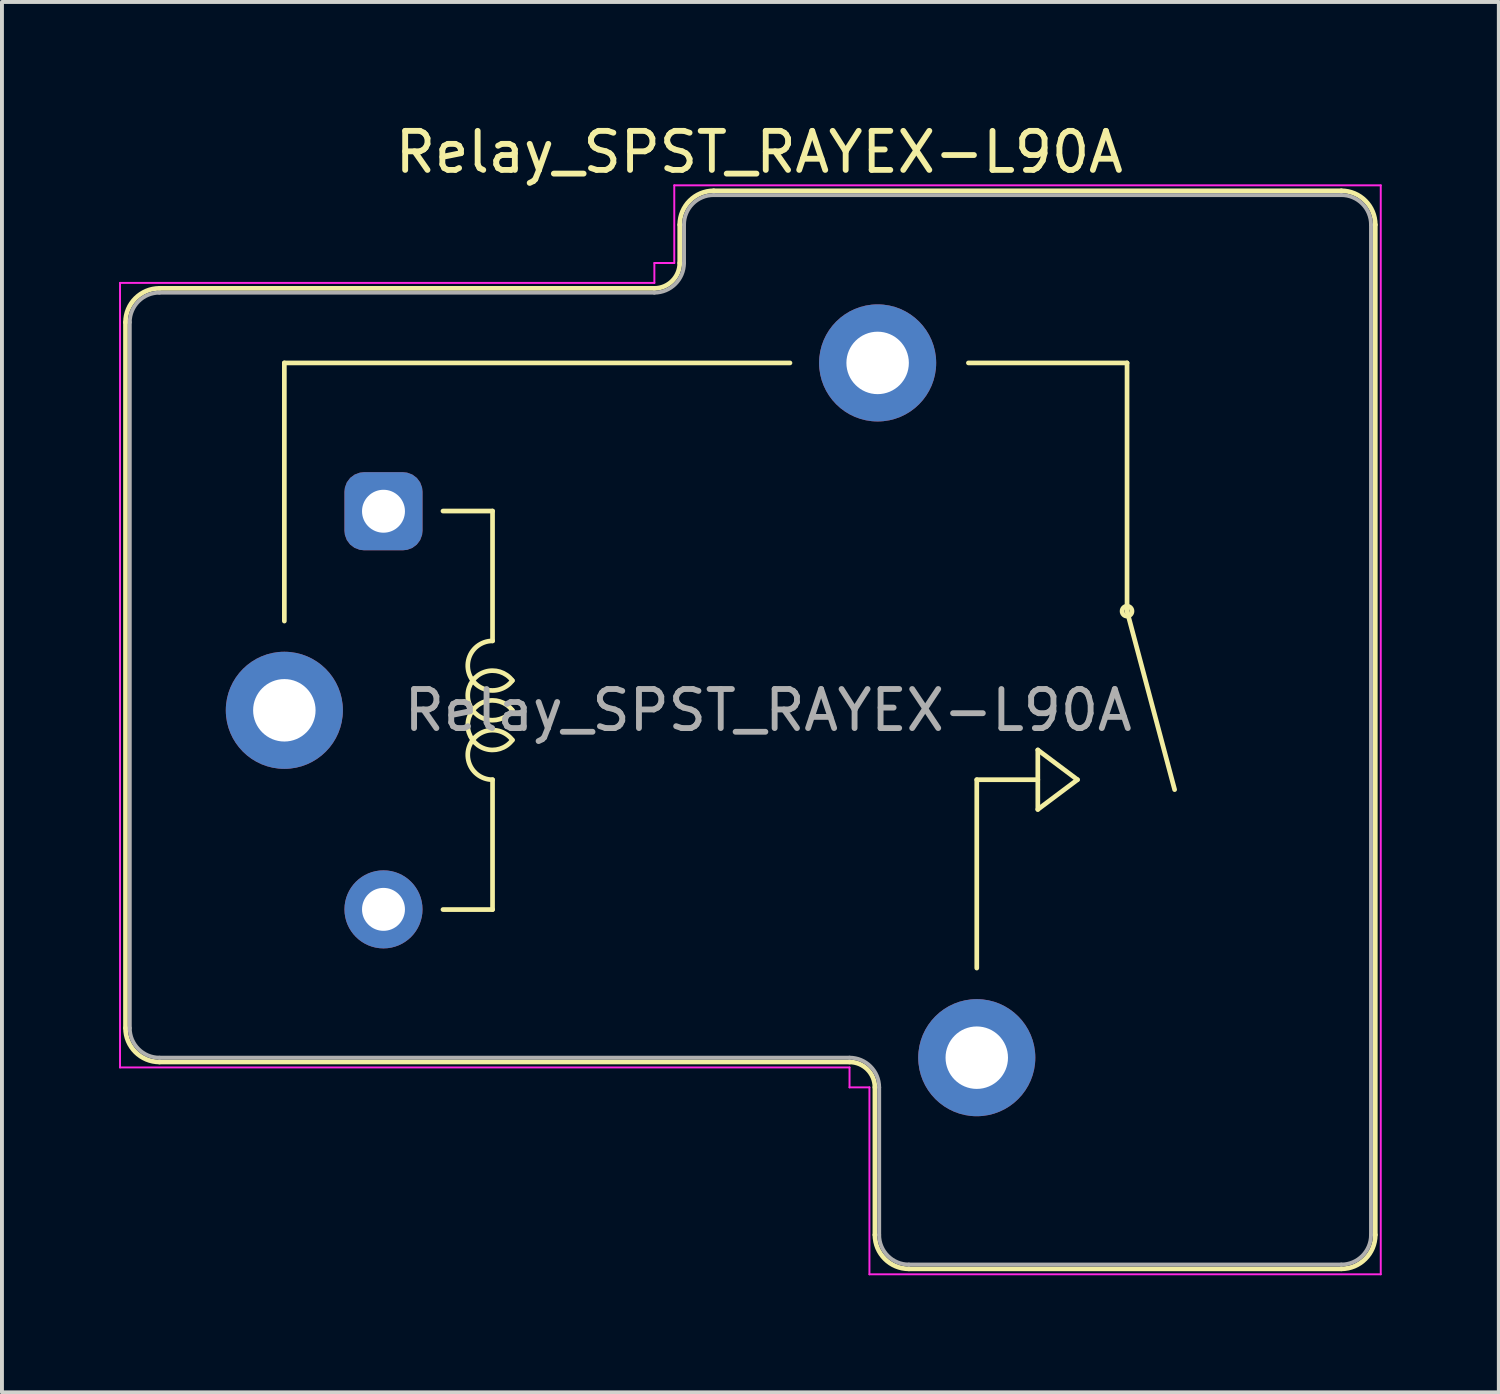
<source format=kicad_pcb>
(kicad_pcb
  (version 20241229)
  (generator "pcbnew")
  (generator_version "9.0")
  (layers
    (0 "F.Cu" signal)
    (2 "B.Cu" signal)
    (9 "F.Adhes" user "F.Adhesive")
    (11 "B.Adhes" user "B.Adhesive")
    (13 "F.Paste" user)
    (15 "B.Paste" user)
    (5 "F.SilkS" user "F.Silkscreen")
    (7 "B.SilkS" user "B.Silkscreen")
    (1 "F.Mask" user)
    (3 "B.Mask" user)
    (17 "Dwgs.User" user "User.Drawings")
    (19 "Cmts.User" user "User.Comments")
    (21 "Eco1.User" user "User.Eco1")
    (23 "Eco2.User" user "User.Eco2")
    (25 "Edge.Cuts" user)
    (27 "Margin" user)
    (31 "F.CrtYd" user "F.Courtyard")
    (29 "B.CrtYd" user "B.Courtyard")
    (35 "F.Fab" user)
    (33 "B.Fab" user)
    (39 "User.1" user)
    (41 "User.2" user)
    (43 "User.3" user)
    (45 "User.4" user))
  (footprint "Relay_SPST_RAYEX-L90A"
    (layer "F.Cu")
    (at 4.235 15.148)
    (property "Reference" "Relay_SPST_RAYEX-L90A" (at 12.167 -14.3 0) (layer "F.SilkS") (effects (font (size 1 1) (thickness 0.15))))
    (attr through_hole)
    (fp_line (start -4.07 -9.94) (end -4.07 8.14) (stroke (width 0.12) (type solid)) (layer "F.SilkS"))
    (fp_line (start -3.2 -10.81) (end 9.48 -10.81) (stroke (width 0.12) (type solid)) (layer "F.SilkS"))
    (fp_line (start -3.2 9.01) (end 14.48 9.01) (stroke (width 0.12) (type solid)) (layer "F.SilkS"))
    (fp_line (start 0 -8.9) (end 0 -2.286) (stroke (width 0.12) (type solid)) (layer "F.SilkS"))
    (fp_line (start 0 -8.9) (end 12.954 -8.9) (stroke (width 0.12) (type solid)) (layer "F.SilkS"))
    (fp_line (start 4.064 -5.105) (end 5.334 -5.105) (stroke (width 0.12) (type solid)) (layer "F.SilkS"))
    (fp_line (start 5.334 -1.778) (end 5.334 -5.105) (stroke (width 0.12) (type solid)) (layer "F.SilkS"))
    (fp_line (start 5.334 5.105) (end 4.064 5.105) (stroke (width 0.12) (type solid)) (layer "F.SilkS"))
    (fp_line (start 5.334 5.105) (end 5.334 1.778) (stroke (width 0.12) (type solid)) (layer "F.SilkS"))
    (fp_line (start 10.13 -12.44) (end 10.13 -11.46) (stroke (width 0.12) (type solid)) (layer "F.SilkS"))
    (fp_line (start 11 -13.31) (end 27.08 -13.31) (stroke (width 0.12) (type solid)) (layer "F.SilkS"))
    (fp_line (start 15.13 9.66) (end 15.13 13.44) (stroke (width 0.12) (type solid)) (layer "F.SilkS"))
    (fp_line (start 16 14.31) (end 27.08 14.31) (stroke (width 0.12) (type solid)) (layer "F.SilkS"))
    (fp_line (start 17.74 1.778) (end 19.304 1.778) (stroke (width 0.12) (type solid)) (layer "F.SilkS"))
    (fp_line (start 17.74 6.604) (end 17.74 1.778) (stroke (width 0.12) (type solid)) (layer "F.SilkS"))
    (fp_line (start 19.304 1.016) (end 19.304 2.54) (stroke (width 0.12) (type solid)) (layer "F.SilkS"))
    (fp_line (start 19.304 2.54) (end 20.32 1.778) (stroke (width 0.12) (type solid)) (layer "F.SilkS"))
    (fp_line (start 20.32 1.778) (end 19.304 1.016) (stroke (width 0.12) (type solid)) (layer "F.SilkS"))
    (fp_line (start 21.59 -8.9) (end 17.526 -8.9) (stroke (width 0.12) (type solid)) (layer "F.SilkS"))
    (fp_line (start 21.59 -2.54) (end 21.59 -8.9) (stroke (width 0.12) (type solid)) (layer "F.SilkS"))
    (fp_line (start 21.59 -2.54) (end 22.809 2.032) (stroke (width 0.12) (type solid)) (layer "F.SilkS"))
    (fp_line (start 27.95 -12.44) (end 27.95 13.44) (stroke (width 0.12) (type solid)) (layer "F.SilkS"))
    (fp_arc (start -4.07 -9.94) (mid -3.815183 -10.555183) (end -3.2 -10.81) (stroke (width 0.12) (type solid)) (layer "F.SilkS"))
    (fp_arc (start -3.2 9.01) (mid -3.815183 8.755183) (end -4.07 8.14) (stroke (width 0.12) (type solid)) (layer "F.SilkS"))
    (fp_arc (start 5.334002 1.777997) (mid 4.765966 0.859166) (end 5.841802 0.76173) (stroke (width 0.12) (type solid)) (layer "F.SilkS"))
    (fp_arc (start 5.8418 -0.761733) (mid 4.765964 -0.859168) (end 5.334 -1.778) (stroke (width 0.12) (type solid)) (layer "F.SilkS"))
    (fp_arc (start 5.842265 -0.000355) (mid 4.699002 -0.38078) (end 5.842 -0.762001) (stroke (width 0.12) (type solid)) (layer "F.SilkS"))
    (fp_arc (start 5.842266 0.761644) (mid 4.699003 0.381219) (end 5.842001 -0.000002) (stroke (width 0.12) (type solid)) (layer "F.SilkS"))
    (fp_arc (start 10.13 -12.44) (mid 10.384817 -13.055183) (end 11 -13.31) (stroke (width 0.12) (type solid)) (layer "F.SilkS"))
    (fp_arc (start 10.13 -11.46) (mid 9.939619 -11.000381) (end 9.48 -10.81) (stroke (width 0.12) (type solid)) (layer "F.SilkS"))
    (fp_arc (start 14.48 9.01) (mid 14.939619 9.200381) (end 15.13 9.66) (stroke (width 0.12) (type solid)) (layer "F.SilkS"))
    (fp_arc (start 16 14.31) (mid 15.384817 14.055183) (end 15.13 13.44) (stroke (width 0.12) (type solid)) (layer "F.SilkS"))
    (fp_arc (start 27.08 -13.31) (mid 27.695183 -13.055183) (end 27.95 -12.44) (stroke (width 0.12) (type solid)) (layer "F.SilkS"))
    (fp_arc (start 27.95 13.44) (mid 27.695183 14.055183) (end 27.08 14.31) (stroke (width 0.12) (type solid)) (layer "F.SilkS"))
    (fp_circle (center 21.59 -2.54) (end 21.59 -2.413) (stroke (width 0.12) (type solid)) (fill no) (layer "F.SilkS"))
    (fp_line (start -4.21 -10.95) (end -4.21 9.15) (stroke (width 0.05) (type solid)) (layer "F.CrtYd"))
    (fp_line (start -4.21 -10.95) (end 9.48 -10.95) (stroke (width 0.05) (type solid)) (layer "F.CrtYd"))
    (fp_line (start -4.21 9.15) (end 14.48 9.15) (stroke (width 0.05) (type solid)) (layer "F.CrtYd"))
    (fp_line (start 9.48 -11.46) (end 9.48 -10.95) (stroke (width 0.05) (type solid)) (layer "F.CrtYd"))
    (fp_line (start 9.48 -11.46) (end 9.99 -11.46) (stroke (width 0.05) (type solid)) (layer "F.CrtYd"))
    (fp_line (start 9.99 -13.45) (end 9.99 -11.46) (stroke (width 0.05) (type solid)) (layer "F.CrtYd"))
    (fp_line (start 9.99 -13.45) (end 28.09 -13.45) (stroke (width 0.05) (type solid)) (layer "F.CrtYd"))
    (fp_line (start 14.48 9.15) (end 14.48 9.66) (stroke (width 0.05) (type solid)) (layer "F.CrtYd"))
    (fp_line (start 14.48 9.66) (end 14.99 9.66) (stroke (width 0.05) (type solid)) (layer "F.CrtYd"))
    (fp_line (start 14.99 9.66) (end 14.99 14.45) (stroke (width 0.05) (type solid)) (layer "F.CrtYd"))
    (fp_line (start 14.99 14.45) (end 28.09 14.45) (stroke (width 0.05) (type solid)) (layer "F.CrtYd"))
    (fp_line (start 28.09 -13.45) (end 28.09 14.45) (stroke (width 0.05) (type solid)) (layer "F.CrtYd"))
    (fp_line (start -3.96 -9.94) (end -3.96 8.14) (stroke (width 0.1) (type solid)) (layer "F.Fab"))
    (fp_line (start -3.2 -10.7) (end 9.48 -10.7) (stroke (width 0.1) (type solid)) (layer "F.Fab"))
    (fp_line (start -3.2 8.9) (end 14.48 8.9) (stroke (width 0.1) (type solid)) (layer "F.Fab"))
    (fp_line (start 10.24 -12.44) (end 10.24 -11.46) (stroke (width 0.1) (type solid)) (layer "F.Fab"))
    (fp_line (start 11 -13.2) (end 27.08 -13.2) (stroke (width 0.1) (type solid)) (layer "F.Fab"))
    (fp_line (start 15.24 9.66) (end 15.24 13.44) (stroke (width 0.1) (type solid)) (layer "F.Fab"))
    (fp_line (start 16 14.2) (end 27.08 14.2) (stroke (width 0.1) (type solid)) (layer "F.Fab"))
    (fp_line (start 27.84 -12.44) (end 27.84 13.44) (stroke (width 0.1) (type solid)) (layer "F.Fab"))
    (fp_arc (start -3.96 -9.94) (mid -3.737401 -10.477401) (end -3.2 -10.7) (stroke (width 0.1) (type solid)) (layer "F.Fab"))
    (fp_arc (start -3.2 8.9) (mid -3.737401 8.677401) (end -3.96 8.14) (stroke (width 0.1) (type solid)) (layer "F.Fab"))
    (fp_arc (start 10.24 -12.44) (mid 10.462599 -12.977401) (end 11 -13.2) (stroke (width 0.1) (type solid)) (layer "F.Fab"))
    (fp_arc (start 10.24 -11.46) (mid 10.017401 -10.922599) (end 9.48 -10.7) (stroke (width 0.1) (type solid)) (layer "F.Fab"))
    (fp_arc (start 14.48 8.9) (mid 15.017401 9.122599) (end 15.24 9.66) (stroke (width 0.1) (type solid)) (layer "F.Fab"))
    (fp_arc (start 16 14.2) (mid 15.462599 13.977401) (end 15.24 13.44) (stroke (width 0.1) (type solid)) (layer "F.Fab"))
    (fp_arc (start 27.08 -13.2) (mid 27.617401 -12.977401) (end 27.84 -12.44) (stroke (width 0.1) (type solid)) (layer "F.Fab"))
    (fp_arc (start 27.84 13.44) (mid 27.617401 13.977401) (end 27.08 14.2) (stroke (width 0.1) (type solid)) (layer "F.Fab"))
    (fp_text user "${REFERENCE}" (at 12.395 0 0) (layer "F.Fab") (effects (font (size 1 1) (thickness 0.15))))
    (pad "13A" thru_hole circle (at 0 0 180) (size 3 3) (drill 1.6) (layers "*.Cu" "*.Mask"))
    (pad "13B" thru_hole circle (at 15.2 -8.9 180) (size 3 3) (drill 1.6) (layers "*.Cu" "*.Mask"))
    (pad "14" thru_hole circle (at 17.74 8.9 180) (size 3 3) (drill 1.6) (layers "*.Cu" "*.Mask"))
    (pad "A1" thru_hole roundrect (at 2.54 -5.1 180) (size 2 2) (drill 1.1) (layers "*.Cu" "*.Mask") (roundrect_rratio 0.25))
    (pad "A2" thru_hole circle (at 2.54 5.1 180) (size 2 2) (drill 1.1) (layers "*.Cu" "*.Mask")))
  (gr_rect
    (start -3 -3)
    (end 35.35 32.623)
    (stroke (width 0.1) (type default))
    (fill no)
    (layer "Edge.Cuts")))
</source>
